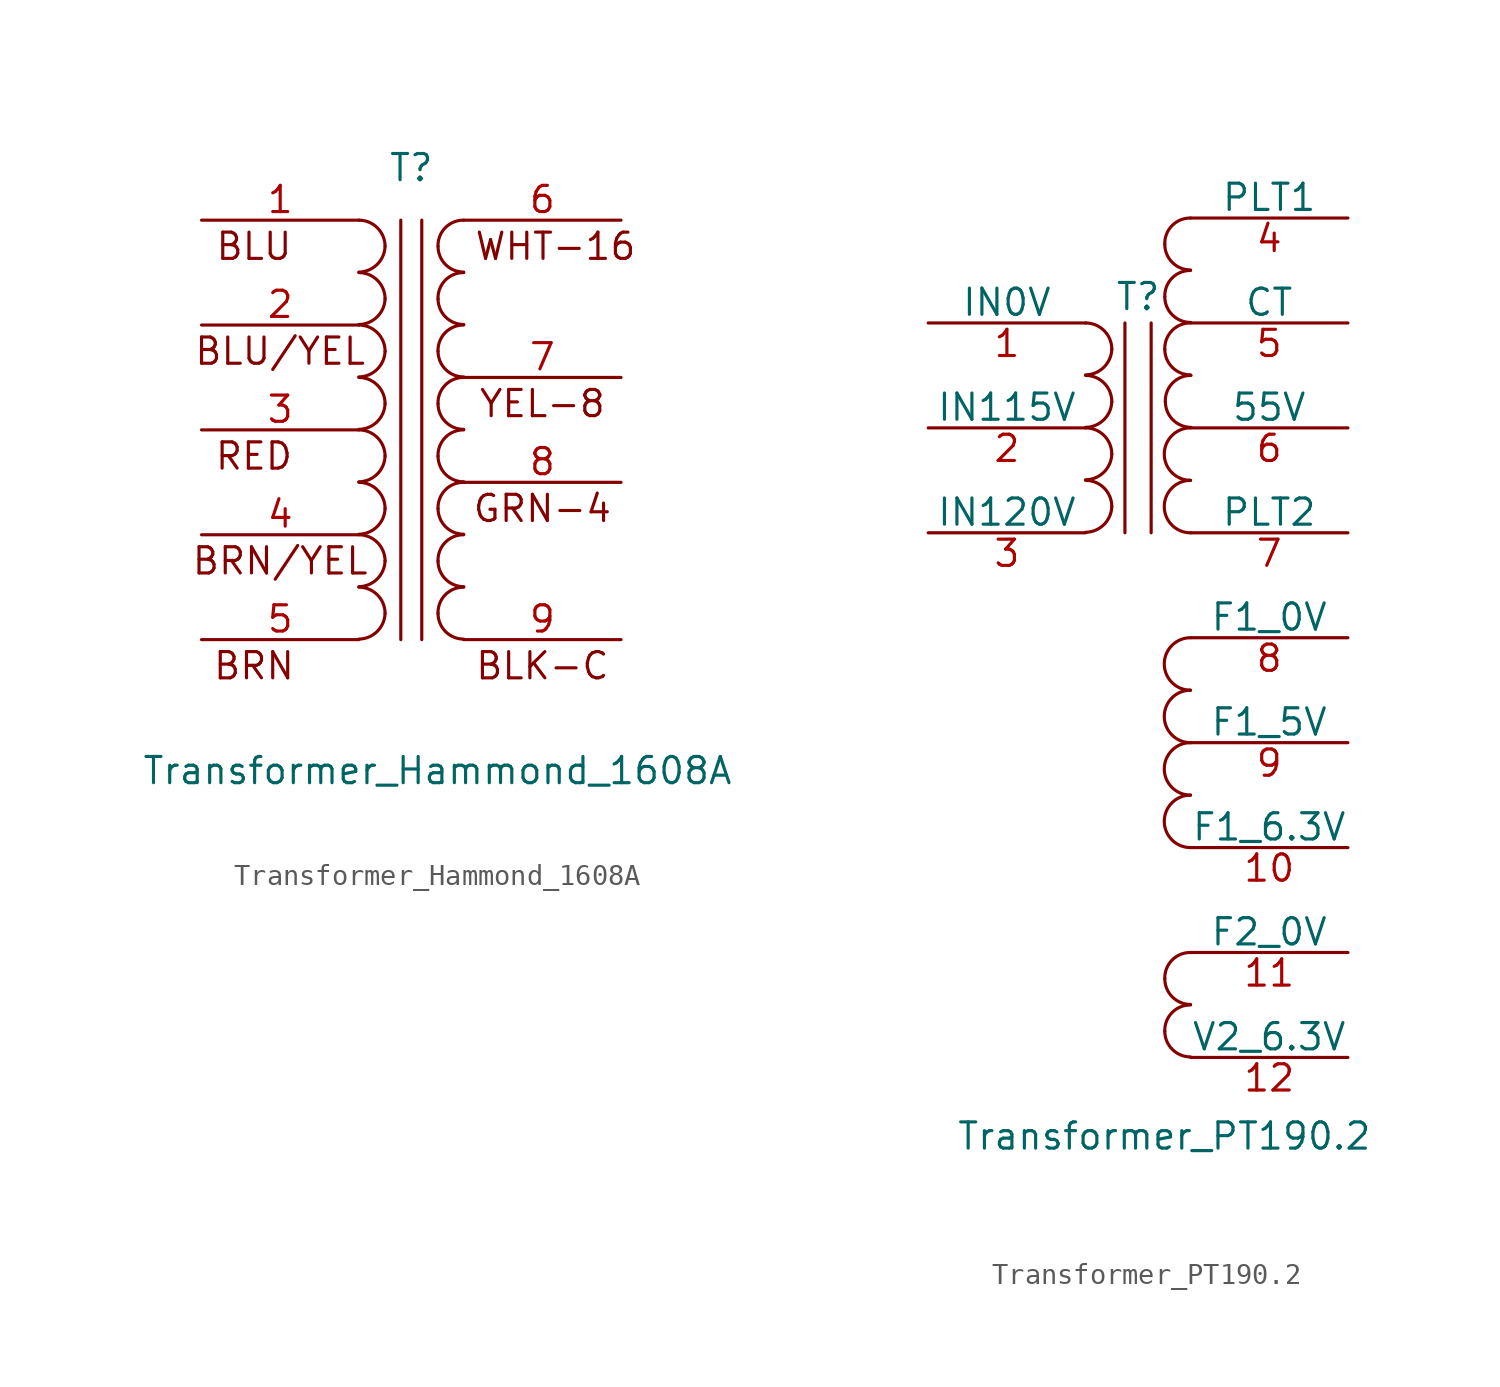
<source format=kicad_sym>
(kicad_symbol_lib
  (version 20220914)
  (generator kicad_symbol_editor)
  (symbol "Transformer_Hammond_1608A"
    (pin_names
      (offset 1.016) hide)
    (property "Reference" "T"
      (at 0 12.7 0)
      (effects (font (size 1.27 1.27))))
    (property "Value" "Transformer_Hammond_1608A"
      (at 1.27 -16.51 0)
      (effects (font (size 1.27 1.27))))
    (symbol "Transformer_Hammond_1608A_0_0"
      (text "BLK-C" (at 6.35 -11.43 0) (effects (font (size 1.27 1.27))))
      (text "BLU" (at -7.62 8.89 0) (effects (font (size 1.27 1.27))))
      (text "BLU/YEL" (at -6.35 3.81 0) (effects (font (size 1.27 1.27))))
      (text "BRN" (at -7.62 -11.43 0) (effects (font (size 1.27 1.27))))
      (text "BRN/YEL" (at -6.35 -6.35 0) (effects (font (size 1.27 1.27))))
      (text "GRN-4" (at 6.35 -3.81 0) (effects (font (size 1.27 1.27))))
      (text "RED" (at -7.62 -1.27 0) (effects (font (size 1.27 1.27))))
      (text "WHT-16" (at 6.985 8.89 0) (effects (font (size 1.27 1.27))))
      (text "YEL-8" (at 6.35 1.27 0) (effects (font (size 1.27 1.27)))))
    (symbol "Transformer_Hammond_1608A_0_1"
      (arc (start -2.54 -10.1346) (mid -1.6599 -9.7701) (end -1.27 -8.89) (stroke (width 0) (type solid)) (fill (type none)))
      (arc (start -2.54 -7.5946) (mid -1.6599 -7.2301) (end -1.27 -6.35) (stroke (width 0) (type solid)) (fill (type none)))
      (arc (start -2.54 -5.0546) (mid -1.6599 -4.6901) (end -1.27 -3.81) (stroke (width 0) (type solid)) (fill (type none)))
      (arc (start -2.54 -2.5146) (mid -1.6599 -2.1501) (end -1.27 -1.27) (stroke (width 0) (type solid)) (fill (type none)))
      (arc (start -2.54 0.0254) (mid -1.6599 0.3899) (end -1.27 1.27) (stroke (width 0) (type solid)) (fill (type none)))
      (arc (start -2.54 2.5654) (mid -1.6599 2.9299) (end -1.27 3.81) (stroke (width 0) (type solid)) (fill (type none)))
      (arc (start -2.54 5.1054) (mid -1.6599 5.4699) (end -1.27 6.35) (stroke (width 0) (type solid)) (fill (type none)))
      (arc (start -2.54 7.6454) (mid -1.6599 8.0099) (end -1.27 8.89) (stroke (width 0) (type solid)) (fill (type none)))
      (arc (start -1.27 -8.89) (mid -1.642 -7.992) (end -2.54 -7.62) (stroke (width 0) (type solid)) (fill (type none)))
      (arc (start -1.27 -6.35) (mid -1.642 -5.452) (end -2.54 -5.08) (stroke (width 0) (type solid)) (fill (type none)))
      (arc (start -1.27 -3.81) (mid -1.642 -2.912) (end -2.54 -2.54) (stroke (width 0) (type solid)) (fill (type none)))
      (arc (start -1.27 -1.27) (mid -1.642 -0.372) (end -2.54 0) (stroke (width 0) (type solid)) (fill (type none)))
      (arc (start -1.27 1.27) (mid -1.642 2.168) (end -2.54 2.54) (stroke (width 0) (type solid)) (fill (type none)))
      (arc (start -1.27 3.81) (mid -1.642 4.708) (end -2.54 5.08) (stroke (width 0) (type solid)) (fill (type none)))
      (arc (start -1.27 6.35) (mid -1.642 7.248) (end -2.54 7.62) (stroke (width 0) (type solid)) (fill (type none)))
      (arc (start -1.27 8.89) (mid -1.642 9.788) (end -2.54 10.16) (stroke (width 0) (type solid)) (fill (type none)))
      (polyline (pts (xy -0.508 -10.16) (xy -0.508 10.16)) (stroke (width 0) (type solid)) (fill (type none)))
      (polyline (pts (xy 0.508 10.16) (xy 0.508 -10.16)) (stroke (width 0) (type solid)) (fill (type none)))
      (arc (start 1.2954 -8.89) (mid 1.6599 -9.7701) (end 2.54 -10.1346) (stroke (width 0) (type solid)) (fill (type none)))
      (arc (start 1.2954 -6.35) (mid 1.6599 -7.2301) (end 2.54 -7.5946) (stroke (width 0) (type solid)) (fill (type none)))
      (arc (start 1.2954 -3.81) (mid 1.6599 -4.6901) (end 2.54 -5.0546) (stroke (width 0) (type solid)) (fill (type none)))
      (arc (start 1.2954 -1.27) (mid 1.6599 -2.1501) (end 2.54 -2.5146) (stroke (width 0) (type solid)) (fill (type none)))
      (arc (start 1.2954 1.27) (mid 1.6599 0.3899) (end 2.54 0.0254) (stroke (width 0) (type solid)) (fill (type none)))
      (arc (start 1.2954 3.81) (mid 1.6599 2.9299) (end 2.54 2.5654) (stroke (width 0) (type solid)) (fill (type none)))
      (arc (start 1.2954 6.35) (mid 1.6599 5.4699) (end 2.54 5.1054) (stroke (width 0) (type solid)) (fill (type none)))
      (arc (start 1.2954 8.89) (mid 1.6599 8.0099) (end 2.54 7.6454) (stroke (width 0) (type solid)) (fill (type none)))
      (arc (start 2.54 -7.62) (mid 1.642 -7.992) (end 1.2954 -8.89) (stroke (width 0) (type solid)) (fill (type none)))
      (arc (start 2.54 -5.08) (mid 1.642 -5.452) (end 1.2954 -6.35) (stroke (width 0) (type solid)) (fill (type none)))
      (arc (start 2.54 -2.54) (mid 1.642 -2.912) (end 1.2954 -3.81) (stroke (width 0) (type solid)) (fill (type none)))
      (arc (start 2.54 0) (mid 1.642 -0.372) (end 1.2954 -1.27) (stroke (width 0) (type solid)) (fill (type none)))
      (arc (start 2.54 2.54) (mid 1.642 2.168) (end 1.2954 1.27) (stroke (width 0) (type solid)) (fill (type none)))
      (arc (start 2.54 5.08) (mid 1.642 4.708) (end 1.2954 3.81) (stroke (width 0) (type solid)) (fill (type none)))
      (arc (start 2.54 7.62) (mid 1.642 7.248) (end 1.2954 6.35) (stroke (width 0) (type solid)) (fill (type none)))
      (arc (start 2.54 10.16) (mid 1.642 9.788) (end 1.2954 8.89) (stroke (width 0) (type solid)) (fill (type none))))
    (symbol "Transformer_Hammond_1608A_1_1"
      (pin passive line (at -10.16 10.16 0) (length 7.62) (name "BLU" (effects (font (size 1.27 1.27)))) (number "1" (effects (font (size 1.27 1.27)))))
      (pin passive line (at -10.16 5.08 0) (length 7.62) (name "BLU/YEL" (effects (font (size 1.27 1.27)))) (number "2" (effects (font (size 1.27 1.27)))))
      (pin passive line (at -10.16 0 0) (length 7.62) (name "RED" (effects (font (size 1.27 1.27)))) (number "3" (effects (font (size 1.27 1.27)))))
      (pin passive line (at -10.16 -5.08 0) (length 7.62) (name "BRN/YEL" (effects (font (size 1.27 1.27)))) (number "4" (effects (font (size 1.27 1.27)))))
      (pin passive line (at -10.16 -10.16 0) (length 7.62) (name "BRN" (effects (font (size 1.27 1.27)))) (number "5" (effects (font (size 1.27 1.27)))))
      (pin passive line (at 10.16 10.16 180) (length 7.62) (name "WHT" (effects (font (size 1.27 1.27)))) (number "6" (effects (font (size 1.27 1.27)))))
      (pin passive line (at 10.16 2.54 180) (length 7.62) (name "YEL" (effects (font (size 1.27 1.27)))) (number "7" (effects (font (size 1.27 1.27)))))
      (pin passive line (at 10.16 -2.54 180) (length 7.62) (name "GRN" (effects (font (size 1.27 1.27)))) (number "8" (effects (font (size 1.27 1.27)))))
      (pin passive line (at 10.16 -10.16 180) (length 7.62) (name "BLK" (effects (font (size 1.27 1.27)))) (number "9" (effects (font (size 1.27 1.27)))))))
  (symbol "Transformer_PT190.2"
    (pin_names
      (offset 0))
    (property "Reference" "T"
      (at 0 1.27 0)
      (effects (font (size 1.27 1.27))))
    (property "Value" "Transformer_PT190.2"
      (at 1.27 -39.37 0)
      (effects (font (size 1.27 1.27))))
    (symbol "Transformer_PT190.2_0_1"
      (arc (start -2.54 -10.1346) (mid -1.6599 -9.7701) (end -1.27 -8.89) (stroke (width 0) (type solid)) (fill (type none)))
      (arc (start -2.54 -7.5946) (mid -1.6599 -7.2301) (end -1.27 -6.35) (stroke (width 0) (type solid)) (fill (type none)))
      (arc (start -2.54 -5.0546) (mid -1.6599 -4.6901) (end -1.27 -3.81) (stroke (width 0) (type solid)) (fill (type none)))
      (arc (start -2.54 -2.5146) (mid -1.6599 -2.1501) (end -1.27 -1.27) (stroke (width 0) (type solid)) (fill (type none)))
      (arc (start -1.27 -8.89) (mid -1.642 -7.992) (end -2.54 -7.62) (stroke (width 0) (type solid)) (fill (type none)))
      (arc (start -1.27 -6.35) (mid -1.642 -5.452) (end -2.54 -5.08) (stroke (width 0) (type solid)) (fill (type none)))
      (arc (start -1.27 -3.81) (mid -1.642 -2.912) (end -2.54 -2.54) (stroke (width 0) (type solid)) (fill (type none)))
      (arc (start -1.27 -1.27) (mid -1.642 -0.372) (end -2.54 0) (stroke (width 0) (type solid)) (fill (type none)))
      (polyline (pts (xy -0.635 0) (xy -0.635 -10.16)) (stroke (width 0) (type solid)) (fill (type none)))
      (polyline (pts (xy 0.635 -10.16) (xy 0.635 0)) (stroke (width 0) (type solid)) (fill (type none)))
      (arc (start 1.2954 -34.29) (mid 1.6599 -35.1701) (end 2.54 -35.5346) (stroke (width 0) (type solid)) (fill (type none)))
      (arc (start 1.2954 -31.75) (mid 1.6599 -32.6301) (end 2.54 -32.9946) (stroke (width 0) (type solid)) (fill (type none)))
      (arc (start 1.2954 -1.27) (mid 1.6599 -2.1501) (end 2.54 -2.5146) (stroke (width 0) (type solid)) (fill (type none)))
      (arc (start 1.2954 1.27) (mid 1.6599 0.3899) (end 2.54 0.0254) (stroke (width 0) (type solid)) (fill (type none)))
      (arc (start 1.2954 3.81) (mid 1.6599 2.9299) (end 2.54 2.5654) (stroke (width 0) (type solid)) (fill (type none)))
      (arc (start 1.3208 -3.81) (mid 1.6853 -4.6901) (end 2.5654 -5.0546) (stroke (width 0) (type solid)) (fill (type none)))
      (arc (start 2.54 -33.02) (mid 1.642 -33.392) (end 1.2954 -34.29) (stroke (width 0) (type solid)) (fill (type none)))
      (arc (start 2.54 -30.48) (mid 1.642 -30.852) (end 1.2954 -31.75) (stroke (width 0) (type solid)) (fill (type none)))
      (arc (start 2.54 -22.86) (mid 1.2755 -24.13) (end 2.54 -25.4) (stroke (width 0) (type solid)) (fill (type none)))
      (arc (start 2.54 -20.32) (mid 1.2755 -21.59) (end 2.54 -22.86) (stroke (width 0) (type solid)) (fill (type none)))
      (arc (start 2.54 -17.78) (mid 1.2755 -19.05) (end 2.54 -20.32) (stroke (width 0) (type solid)) (fill (type none)))
      (arc (start 2.54 -15.24) (mid 1.2755 -16.51) (end 2.54 -17.78) (stroke (width 0) (type solid)) (fill (type none)))
      (arc (start 2.54 -7.62) (mid 1.2755 -8.89) (end 2.54 -10.16) (stroke (width 0) (type solid)) (fill (type none)))
      (arc (start 2.54 -5.08) (mid 1.2755 -6.35) (end 2.54 -7.62) (stroke (width 0) (type solid)) (fill (type none)))
      (arc (start 2.54 0) (mid 1.642 -0.372) (end 1.2954 -1.27) (stroke (width 0) (type solid)) (fill (type none)))
      (arc (start 2.54 2.54) (mid 1.642 2.168) (end 1.2954 1.27) (stroke (width 0) (type solid)) (fill (type none)))
      (arc (start 2.54 5.08) (mid 1.642 4.708) (end 1.2954 3.81) (stroke (width 0) (type solid)) (fill (type none)))
      (arc (start 2.5654 -2.54) (mid 1.6674 -2.912) (end 1.3208 -3.81) (stroke (width 0) (type solid)) (fill (type none))))
    (symbol "Transformer_PT190.2_1_1"
      (pin passive line (at -10.16 0 0) (length 7.62) (name "IN0V" (effects (font (size 1.27 1.27)))) (number "1" (effects (font (size 1.27 1.27)))))
      (pin passive line (at 10.16 -25.4 180) (length 7.62) (name "F1_6.3V" (effects (font (size 1.27 1.27)))) (number "10" (effects (font (size 1.27 1.27)))))
      (pin passive line (at 10.16 -30.48 180) (length 7.62) (name "F2_0V" (effects (font (size 1.27 1.27)))) (number "11" (effects (font (size 1.27 1.27)))))
      (pin passive line (at 10.16 -35.56 180) (length 7.62) (name "V2_6.3V" (effects (font (size 1.27 1.27)))) (number "12" (effects (font (size 1.27 1.27)))))
      (pin passive line (at -10.16 -5.08 0) (length 7.62) (name "IN115V" (effects (font (size 1.27 1.27)))) (number "2" (effects (font (size 1.27 1.27)))))
      (pin passive line (at -10.16 -10.16 0) (length 7.62) (name "IN120V" (effects (font (size 1.27 1.27)))) (number "3" (effects (font (size 1.27 1.27)))))
      (pin passive line (at 10.16 5.08 180) (length 7.62) (name "PLT1" (effects (font (size 1.27 1.27)))) (number "4" (effects (font (size 1.27 1.27)))))
      (pin passive line (at 10.16 0 180) (length 7.62) (name "CT" (effects (font (size 1.27 1.27)))) (number "5" (effects (font (size 1.27 1.27)))))
      (pin passive line (at 10.16 -5.08 180) (length 7.62) (name "55V" (effects (font (size 1.27 1.27)))) (number "6" (effects (font (size 1.27 1.27)))))
      (pin passive line (at 10.16 -10.16 180) (length 7.62) (name "PLT2" (effects (font (size 1.27 1.27)))) (number "7" (effects (font (size 1.27 1.27)))))
      (pin passive line (at 10.16 -15.24 180) (length 7.62) (name "F1_0V" (effects (font (size 1.27 1.27)))) (number "8" (effects (font (size 1.27 1.27)))))
      (pin passive line (at 10.16 -20.32 180) (length 7.62) (name "F1_5V" (effects (font (size 1.27 1.27)))) (number "9" (effects (font (size 1.27 1.27))))))))
</source>
